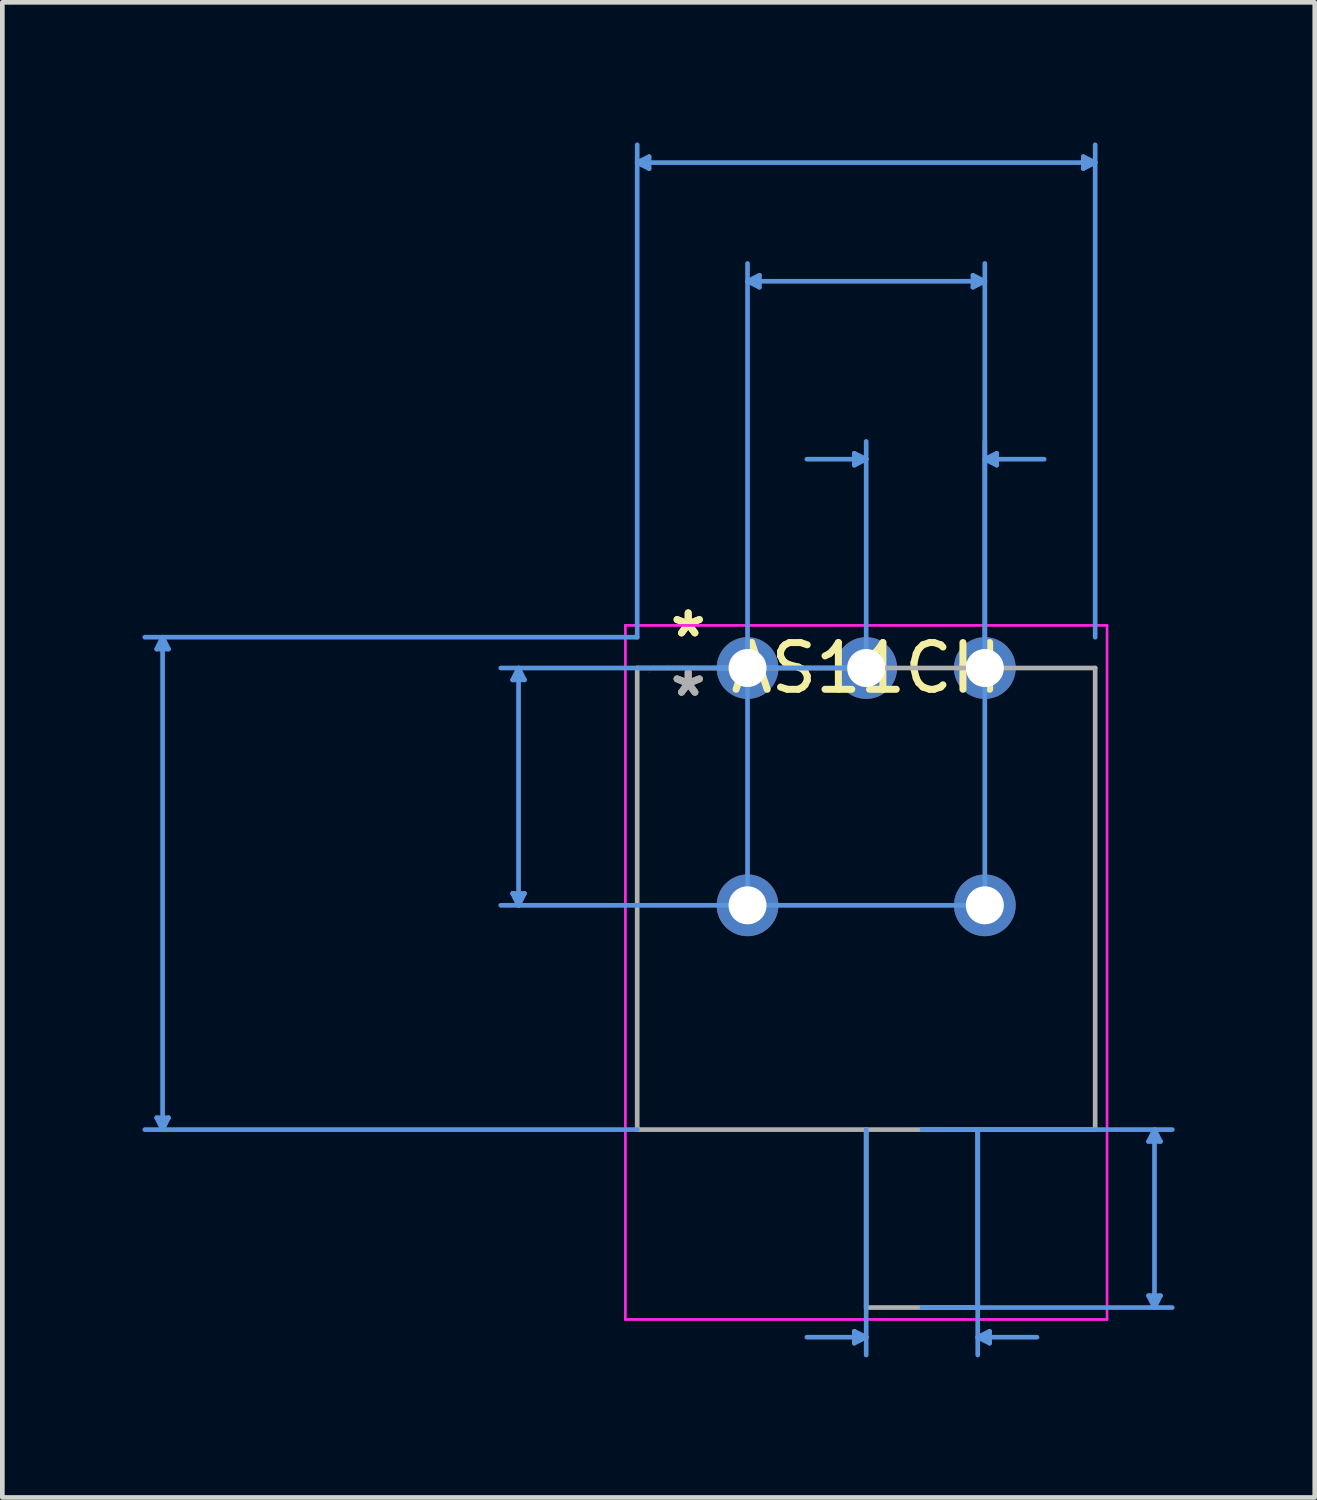
<source format=kicad_pcb>
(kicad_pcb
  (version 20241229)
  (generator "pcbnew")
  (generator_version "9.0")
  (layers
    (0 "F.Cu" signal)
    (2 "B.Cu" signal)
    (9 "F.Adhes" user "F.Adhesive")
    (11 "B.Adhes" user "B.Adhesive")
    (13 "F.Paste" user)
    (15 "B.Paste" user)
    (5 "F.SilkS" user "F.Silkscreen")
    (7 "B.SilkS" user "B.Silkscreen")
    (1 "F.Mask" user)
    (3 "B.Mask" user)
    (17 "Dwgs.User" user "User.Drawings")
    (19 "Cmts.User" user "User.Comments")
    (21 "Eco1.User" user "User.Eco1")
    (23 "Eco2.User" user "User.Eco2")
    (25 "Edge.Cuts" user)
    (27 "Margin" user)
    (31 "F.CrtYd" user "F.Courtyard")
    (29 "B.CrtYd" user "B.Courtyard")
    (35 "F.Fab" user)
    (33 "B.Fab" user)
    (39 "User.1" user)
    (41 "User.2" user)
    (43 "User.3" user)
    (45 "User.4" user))
  (footprint "AS11CH"
    (layer "F.Cu")
    (at 12.953 11.251)
    (property "Reference" "AS11CH" (at 2.54 0 0) (layer "F.SilkS") (effects (font (size 1 1) (thickness 0.15))))
    (attr through_hole)
    (fp_line (start -12.649 -0.406) (end -12.395 -0.406) (stroke (width 0.1) (type solid)) (layer "Cmts.User"))
    (fp_line (start -12.649 9.627) (end -12.395 9.627) (stroke (width 0.1) (type solid)) (layer "Cmts.User"))
    (fp_line (start -12.522 -0.66) (end -12.649 -0.406) (stroke (width 0.1) (type solid)) (layer "Cmts.User"))
    (fp_line (start -12.522 -0.66) (end -12.522 9.881) (stroke (width 0.1) (type solid)) (layer "Cmts.User"))
    (fp_line (start -12.522 -0.66) (end -12.395 -0.406) (stroke (width 0.1) (type solid)) (layer "Cmts.User"))
    (fp_line (start -12.522 9.881) (end -12.649 9.627) (stroke (width 0.1) (type solid)) (layer "Cmts.User"))
    (fp_line (start -12.522 9.881) (end -12.395 9.627) (stroke (width 0.1) (type solid)) (layer "Cmts.User"))
    (fp_line (start -5.029 0.254) (end -4.775 0.254) (stroke (width 0.1) (type solid)) (layer "Cmts.User"))
    (fp_line (start -5.029 4.826) (end -4.775 4.826) (stroke (width 0.1) (type solid)) (layer "Cmts.User"))
    (fp_line (start -4.902 0) (end -5.029 0.254) (stroke (width 0.1) (type solid)) (layer "Cmts.User"))
    (fp_line (start -4.902 0) (end -4.902 5.08) (stroke (width 0.1) (type solid)) (layer "Cmts.User"))
    (fp_line (start -4.902 0) (end -4.775 0.254) (stroke (width 0.1) (type solid)) (layer "Cmts.User"))
    (fp_line (start -4.902 5.08) (end -5.029 4.826) (stroke (width 0.1) (type solid)) (layer "Cmts.User"))
    (fp_line (start -4.902 5.08) (end -4.775 4.826) (stroke (width 0.1) (type solid)) (layer "Cmts.User"))
    (fp_line (start -2.362 -10.82) (end -2.108 -10.947) (stroke (width 0.1) (type solid)) (layer "Cmts.User"))
    (fp_line (start -2.362 -10.82) (end -2.108 -10.693) (stroke (width 0.1) (type solid)) (layer "Cmts.User"))
    (fp_line (start -2.362 -10.82) (end 7.442 -10.82) (stroke (width 0.1) (type solid)) (layer "Cmts.User"))
    (fp_line (start -2.362 -0.66) (end -12.903 -0.66) (stroke (width 0.1) (type solid)) (layer "Cmts.User"))
    (fp_line (start -2.362 -0.66) (end -2.362 -11.201) (stroke (width 0.1) (type solid)) (layer "Cmts.User"))
    (fp_line (start -2.362 9.881) (end -12.903 9.881) (stroke (width 0.1) (type solid)) (layer "Cmts.User"))
    (fp_line (start -2.108 -10.947) (end -2.108 -10.693) (stroke (width 0.1) (type solid)) (layer "Cmts.User"))
    (fp_line (start 0 -8.28) (end 0.254 -8.407) (stroke (width 0.1) (type solid)) (layer "Cmts.User"))
    (fp_line (start 0 -8.28) (end 0.254 -8.153) (stroke (width 0.1) (type solid)) (layer "Cmts.User"))
    (fp_line (start 0 -8.28) (end 5.08 -8.28) (stroke (width 0.1) (type solid)) (layer "Cmts.User"))
    (fp_line (start 0 5.08) (end 0 -8.661) (stroke (width 0.1) (type solid)) (layer "Cmts.User"))
    (fp_line (start 0.254 -8.407) (end 0.254 -8.153) (stroke (width 0.1) (type solid)) (layer "Cmts.User"))
    (fp_line (start 2.286 -4.597) (end 2.286 -4.343) (stroke (width 0.1) (type solid)) (layer "Cmts.User"))
    (fp_line (start 2.286 14.199) (end 2.286 14.453) (stroke (width 0.1) (type solid)) (layer "Cmts.User"))
    (fp_line (start 2.54 -4.47) (end 1.27 -4.47) (stroke (width 0.1) (type solid)) (layer "Cmts.User"))
    (fp_line (start 2.54 -4.47) (end 2.286 -4.597) (stroke (width 0.1) (type solid)) (layer "Cmts.User"))
    (fp_line (start 2.54 -4.47) (end 2.286 -4.343) (stroke (width 0.1) (type solid)) (layer "Cmts.User"))
    (fp_line (start 2.54 0) (end -5.283 0) (stroke (width 0.1) (type solid)) (layer "Cmts.User"))
    (fp_line (start 2.54 0) (end 2.54 -4.851) (stroke (width 0.1) (type solid)) (layer "Cmts.User"))
    (fp_line (start 2.54 9.881) (end 2.54 14.707) (stroke (width 0.1) (type solid)) (layer "Cmts.User"))
    (fp_line (start 2.54 14.326) (end 1.27 14.326) (stroke (width 0.1) (type solid)) (layer "Cmts.User"))
    (fp_line (start 2.54 14.326) (end 2.286 14.199) (stroke (width 0.1) (type solid)) (layer "Cmts.User"))
    (fp_line (start 2.54 14.326) (end 2.286 14.453) (stroke (width 0.1) (type solid)) (layer "Cmts.User"))
    (fp_line (start 3.734 9.881) (end 9.093 9.881) (stroke (width 0.1) (type solid)) (layer "Cmts.User"))
    (fp_line (start 3.734 13.691) (end 9.093 13.691) (stroke (width 0.1) (type solid)) (layer "Cmts.User"))
    (fp_line (start 4.826 -8.407) (end 4.826 -8.153) (stroke (width 0.1) (type solid)) (layer "Cmts.User"))
    (fp_line (start 4.928 9.881) (end 4.928 14.707) (stroke (width 0.1) (type solid)) (layer "Cmts.User"))
    (fp_line (start 4.928 14.326) (end 5.182 14.199) (stroke (width 0.1) (type solid)) (layer "Cmts.User"))
    (fp_line (start 4.928 14.326) (end 5.182 14.453) (stroke (width 0.1) (type solid)) (layer "Cmts.User"))
    (fp_line (start 4.928 14.326) (end 6.198 14.326) (stroke (width 0.1) (type solid)) (layer "Cmts.User"))
    (fp_line (start 5.08 -8.28) (end 4.826 -8.407) (stroke (width 0.1) (type solid)) (layer "Cmts.User"))
    (fp_line (start 5.08 -8.28) (end 4.826 -8.153) (stroke (width 0.1) (type solid)) (layer "Cmts.User"))
    (fp_line (start 5.08 -4.47) (end 5.334 -4.597) (stroke (width 0.1) (type solid)) (layer "Cmts.User"))
    (fp_line (start 5.08 -4.47) (end 5.334 -4.343) (stroke (width 0.1) (type solid)) (layer "Cmts.User"))
    (fp_line (start 5.08 -4.47) (end 6.35 -4.47) (stroke (width 0.1) (type solid)) (layer "Cmts.User"))
    (fp_line (start 5.08 0) (end 5.08 -4.851) (stroke (width 0.1) (type solid)) (layer "Cmts.User"))
    (fp_line (start 5.08 5.08) (end -5.283 5.08) (stroke (width 0.1) (type solid)) (layer "Cmts.User"))
    (fp_line (start 5.08 5.08) (end 5.08 -8.661) (stroke (width 0.1) (type solid)) (layer "Cmts.User"))
    (fp_line (start 5.182 14.199) (end 5.182 14.453) (stroke (width 0.1) (type solid)) (layer "Cmts.User"))
    (fp_line (start 5.334 -4.597) (end 5.334 -4.343) (stroke (width 0.1) (type solid)) (layer "Cmts.User"))
    (fp_line (start 7.188 -10.947) (end 7.188 -10.693) (stroke (width 0.1) (type solid)) (layer "Cmts.User"))
    (fp_line (start 7.442 -10.82) (end 7.188 -10.947) (stroke (width 0.1) (type solid)) (layer "Cmts.User"))
    (fp_line (start 7.442 -10.82) (end 7.188 -10.693) (stroke (width 0.1) (type solid)) (layer "Cmts.User"))
    (fp_line (start 7.442 -0.66) (end 7.442 -11.201) (stroke (width 0.1) (type solid)) (layer "Cmts.User"))
    (fp_line (start 8.585 10.135) (end 8.839 10.135) (stroke (width 0.1) (type solid)) (layer "Cmts.User"))
    (fp_line (start 8.585 13.437) (end 8.839 13.437) (stroke (width 0.1) (type solid)) (layer "Cmts.User"))
    (fp_line (start 8.712 9.881) (end 8.585 10.135) (stroke (width 0.1) (type solid)) (layer "Cmts.User"))
    (fp_line (start 8.712 9.881) (end 8.712 13.691) (stroke (width 0.1) (type solid)) (layer "Cmts.User"))
    (fp_line (start 8.712 9.881) (end 8.839 10.135) (stroke (width 0.1) (type solid)) (layer "Cmts.User"))
    (fp_line (start 8.712 13.691) (end 8.585 13.437) (stroke (width 0.1) (type solid)) (layer "Cmts.User"))
    (fp_line (start 8.712 13.691) (end 8.839 13.437) (stroke (width 0.1) (type solid)) (layer "Cmts.User"))
    (fp_line (start -2.616 -0.914) (end -2.616 13.945) (stroke (width 0.05) (type solid)) (layer "F.CrtYd"))
    (fp_line (start -2.616 -0.914) (end -2.616 13.945) (stroke (width 0.05) (type solid)) (layer "F.CrtYd"))
    (fp_line (start -2.616 13.945) (end 7.696 13.945) (stroke (width 0.05) (type solid)) (layer "F.CrtYd"))
    (fp_line (start -2.616 13.945) (end 7.696 13.945) (stroke (width 0.05) (type solid)) (layer "F.CrtYd"))
    (fp_line (start 7.696 -0.914) (end -2.616 -0.914) (stroke (width 0.05) (type solid)) (layer "F.CrtYd"))
    (fp_line (start 7.696 -0.914) (end -2.616 -0.914) (stroke (width 0.05) (type solid)) (layer "F.CrtYd"))
    (fp_line (start 7.696 13.945) (end 7.696 -0.914) (stroke (width 0.05) (type solid)) (layer "F.CrtYd"))
    (fp_line (start 7.696 13.945) (end 7.696 -0.914) (stroke (width 0.05) (type solid)) (layer "F.CrtYd"))
    (fp_line (start -2.362 0) (end 7.442 0) (stroke (width 0.1) (type solid)) (layer "F.Fab"))
    (fp_line (start -2.362 9.881) (end -2.362 0) (stroke (width 0.1) (type solid)) (layer "F.Fab"))
    (fp_line (start 2.54 9.881) (end 2.54 13.691) (stroke (width 0.1) (type solid)) (layer "F.Fab"))
    (fp_line (start 2.54 13.691) (end 4.928 13.691) (stroke (width 0.1) (type solid)) (layer "F.Fab"))
    (fp_line (start 4.928 9.881) (end 4.928 13.691) (stroke (width 0.1) (type solid)) (layer "F.Fab"))
    (fp_line (start 7.442 0) (end 7.442 9.881) (stroke (width 0.1) (type solid)) (layer "F.Fab"))
    (fp_line (start 7.442 9.881) (end -2.362 9.881) (stroke (width 0.1) (type solid)) (layer "F.Fab"))
    (fp_text user "*" (at -1.27 -0.635 0) (layer "F.SilkS") (effects (font (size 1 1) (thickness 0.15))))
    (fp_text user "*" (at -1.27 -0.635 0) (layer "F.SilkS") (effects (font (size 1 1) (thickness 0.15))))
    (fp_text user "Copyright 2021 Accelerated Designs. All rights reserved." (at 0 0 0) (layer "Cmts.User") (effects (font (size 0.127 0.127) (thickness 0.002))))
    (fp_text user "*" (at -1.27 0.635 0) (layer "F.Fab") (effects (font (size 1 1) (thickness 0.15))))
    (fp_text user "*" (at -1.27 0.635 0) (layer "F.Fab") (effects (font (size 1 1) (thickness 0.15))))
    (pad "1" thru_hole circle (at 0 0) (size 1.321 1.321) (drill 0.813) (layers "*.Cu" "*.Mask"))
    (pad "2" thru_hole circle (at 2.54 0) (size 1.321 1.321) (drill 0.813) (layers "*.Cu" "*.Mask"))
    (pad "3" thru_hole circle (at 5.08 0) (size 1.321 1.321) (drill 0.813) (layers "*.Cu" "*.Mask"))
    (pad "4" thru_hole circle (at 0 5.08) (size 1.321 1.321) (drill 0.813) (layers "*.Cu" "*.Mask"))
    (pad "5" thru_hole circle (at 5.08 5.08) (size 1.321 1.321) (drill 0.813) (layers "*.Cu" "*.Mask")))
  (gr_rect
    (start -3 -3)
    (end 25.096 29.008)
    (stroke (width 0.1) (type default))
    (fill no)
    (layer "Edge.Cuts")))
</source>
